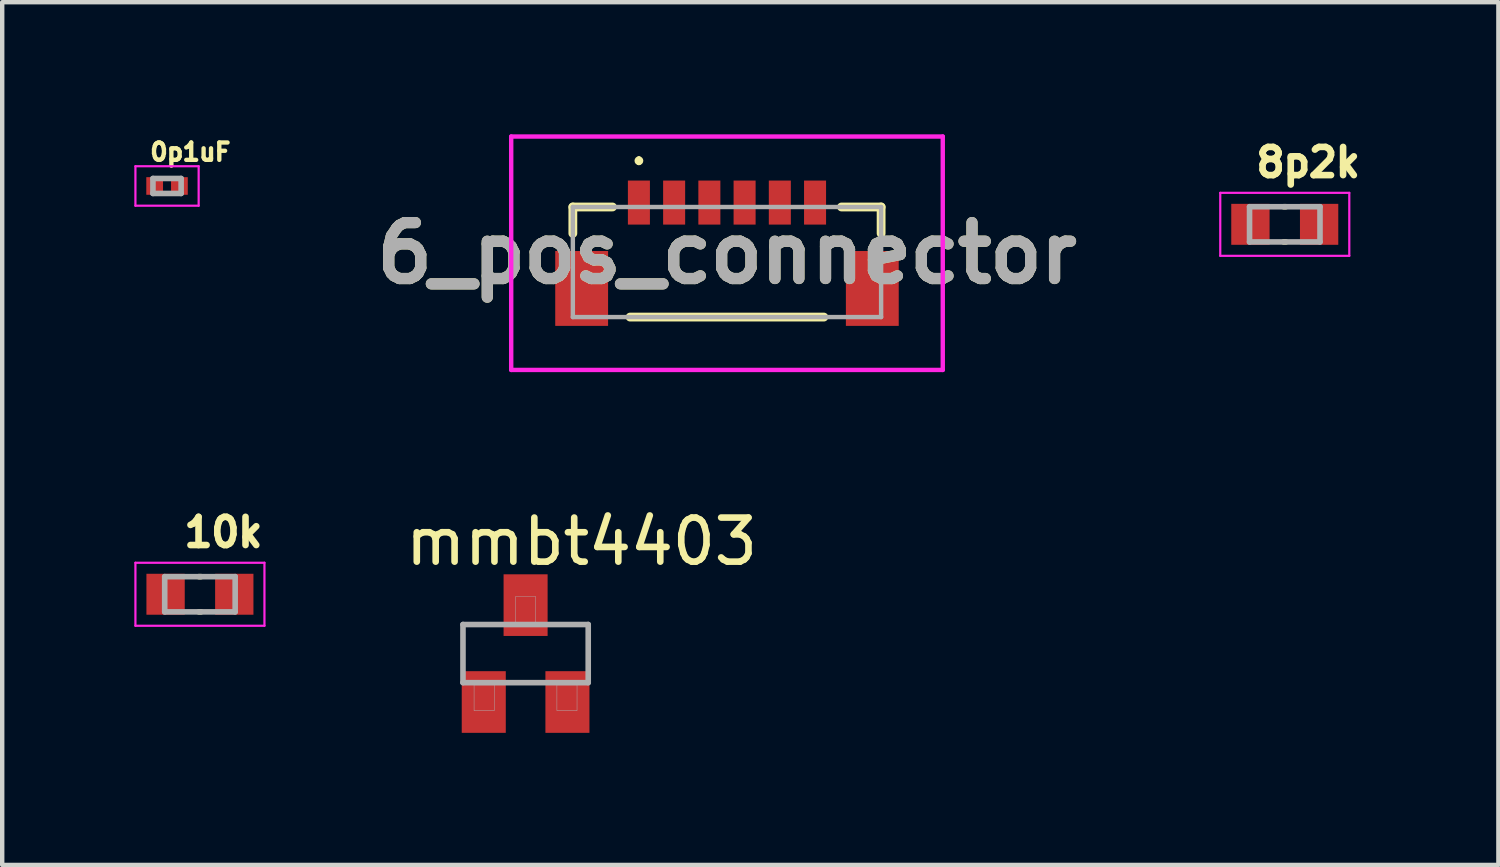
<source format=kicad_pcb>
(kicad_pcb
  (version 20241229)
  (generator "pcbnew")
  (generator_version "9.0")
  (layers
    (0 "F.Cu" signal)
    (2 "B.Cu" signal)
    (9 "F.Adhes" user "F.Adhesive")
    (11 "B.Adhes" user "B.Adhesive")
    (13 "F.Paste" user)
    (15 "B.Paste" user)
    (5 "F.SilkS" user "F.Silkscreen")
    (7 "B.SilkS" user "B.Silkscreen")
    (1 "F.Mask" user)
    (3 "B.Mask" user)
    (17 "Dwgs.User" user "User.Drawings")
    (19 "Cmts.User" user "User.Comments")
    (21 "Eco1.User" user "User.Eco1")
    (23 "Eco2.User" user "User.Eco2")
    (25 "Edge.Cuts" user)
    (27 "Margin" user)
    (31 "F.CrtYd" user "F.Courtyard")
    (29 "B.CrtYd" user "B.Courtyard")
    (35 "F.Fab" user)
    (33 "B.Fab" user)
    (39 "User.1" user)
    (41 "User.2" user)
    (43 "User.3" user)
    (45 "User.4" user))
  (footprint "8p2k"
    (layer "F.Cu")
    (at 26.124 2.044)
    (property "Reference" "8p2k" (at 0.532 -1.406 0) (layer "F.SilkS") (effects (font (size 0.64 0.64) (thickness 0.15))))
    (attr smd)
    (fp_line (start -0.025 -0.4) (end 0.025 -0.4) (stroke (width 0.127) (type solid)) (layer "F.SilkS"))
    (fp_line (start 0.025 0.4) (end -0.025 0.4) (stroke (width 0.127) (type solid)) (layer "F.SilkS"))
    (fp_line (start -1.465 -0.715) (end 1.465 -0.715) (stroke (width 0.05) (type solid)) (layer "F.CrtYd"))
    (fp_line (start -1.465 0.715) (end -1.465 -0.715) (stroke (width 0.05) (type solid)) (layer "F.CrtYd"))
    (fp_line (start 1.465 -0.715) (end 1.465 0.715) (stroke (width 0.05) (type solid)) (layer "F.CrtYd"))
    (fp_line (start 1.465 0.715) (end -1.465 0.715) (stroke (width 0.05) (type solid)) (layer "F.CrtYd"))
    (fp_line (start -0.8 -0.4) (end 0.8 -0.4) (stroke (width 0.127) (type solid)) (layer "F.Fab"))
    (fp_line (start -0.8 0.4) (end -0.8 -0.4) (stroke (width 0.127) (type solid)) (layer "F.Fab"))
    (fp_line (start 0.8 -0.4) (end 0.8 0.4) (stroke (width 0.127) (type solid)) (layer "F.Fab"))
    (fp_line (start 0.8 0.4) (end -0.8 0.4) (stroke (width 0.127) (type solid)) (layer "F.Fab"))
    (pad "1" smd rect (at -0.78 0) (size 0.87 0.93) (layers "F.Cu" "F.Mask" "F.Paste"))
    (pad "2" smd rect (at 0.78 0) (size 0.87 0.93) (layers "F.Cu" "F.Mask" "F.Paste")))
  (footprint "6_pos_connector"
    (layer "F.Cu")
    (at 13.458 2.85)
    (property "Reference" "6_pos_connector" (at 0 -0.15 0) (layer "F.SilkS") (effects (font (size 1.27 1.27) (thickness 0.254))))
    (attr smd)
    (fp_line (start -3.5 -1.2) (end -2.6 -1.2) (stroke (width 0.2) (type solid)) (layer "F.SilkS"))
    (fp_line (start -3.5 -0.6) (end -3.5 -1.2) (stroke (width 0.2) (type solid)) (layer "F.SilkS"))
    (fp_line (start -2 -2.3) (end -2 -2.3) (stroke (width 0.1) (type solid)) (layer "F.SilkS"))
    (fp_line (start -2 -2.2) (end -2 -2.2) (stroke (width 0.1) (type solid)) (layer "F.SilkS"))
    (fp_line (start 2.2 1.3) (end -2.2 1.3) (stroke (width 0.2) (type solid)) (layer "F.SilkS"))
    (fp_line (start 2.6 -1.2) (end 3.5 -1.2) (stroke (width 0.2) (type solid)) (layer "F.SilkS"))
    (fp_line (start 3.5 -1.2) (end 3.5 -0.6) (stroke (width 0.2) (type solid)) (layer "F.SilkS"))
    (fp_arc (start -2 -2.3) (mid -1.95 -2.25) (end -2 -2.2) (stroke (width 0.1) (type solid)) (layer "F.SilkS"))
    (fp_arc (start -2 -2.2) (mid -2.05 -2.25) (end -2 -2.3) (stroke (width 0.1) (type solid)) (layer "F.SilkS"))
    (fp_line (start -4.9 -2.8) (end 4.9 -2.8) (stroke (width 0.1) (type solid)) (layer "F.CrtYd"))
    (fp_line (start -4.9 2.5) (end -4.9 -2.8) (stroke (width 0.1) (type solid)) (layer "F.CrtYd"))
    (fp_line (start 4.9 -2.8) (end 4.9 2.5) (stroke (width 0.1) (type solid)) (layer "F.CrtYd"))
    (fp_line (start 4.9 2.5) (end -4.9 2.5) (stroke (width 0.1) (type solid)) (layer "F.CrtYd"))
    (fp_line (start -3.5 -1.2) (end 3.5 -1.2) (stroke (width 0.1) (type solid)) (layer "F.Fab"))
    (fp_line (start -3.5 1.3) (end -3.5 -1.2) (stroke (width 0.1) (type solid)) (layer "F.Fab"))
    (fp_line (start 3.5 -1.2) (end 3.5 1.3) (stroke (width 0.1) (type solid)) (layer "F.Fab"))
    (fp_line (start 3.5 1.3) (end -3.5 1.3) (stroke (width 0.1) (type solid)) (layer "F.Fab"))
    (fp_text user "${REFERENCE}" (at 0 -0.15 0) (layer "F.Fab") (effects (font (size 1.27 1.27) (thickness 0.254))))
    (pad "1" smd rect (at -2 -1.3) (size 0.5 1) (layers "F.Cu" "F.Mask" "F.Paste"))
    (pad "2" smd rect (at -1.2 -1.3) (size 0.5 1) (layers "F.Cu" "F.Mask" "F.Paste"))
    (pad "3" smd rect (at -0.4 -1.3) (size 0.5 1) (layers "F.Cu" "F.Mask" "F.Paste"))
    (pad "4" smd rect (at 0.4 -1.3) (size 0.5 1) (layers "F.Cu" "F.Mask" "F.Paste"))
    (pad "5" smd rect (at 1.2 -1.3) (size 0.5 1) (layers "F.Cu" "F.Mask" "F.Paste"))
    (pad "6" smd rect (at 2 -1.3) (size 0.5 1) (layers "F.Cu" "F.Mask" "F.Paste"))
    (pad "7" smd rect (at -3.3 0.65) (size 1.2 1.7) (layers "F.Cu" "F.Mask" "F.Paste"))
    (pad "8" smd rect (at 3.3 0.65) (size 1.2 1.7) (layers "F.Cu" "F.Mask" "F.Paste")))
  (footprint "10k"
    (layer "F.Cu")
    (at 1.49 10.444)
    (property "Reference" "10k" (at 0.532 -1.406 0) (layer "F.SilkS") (effects (font (size 0.64 0.64) (thickness 0.15))))
    (attr smd)
    (fp_line (start -0.025 -0.4) (end 0.025 -0.4) (stroke (width 0.127) (type solid)) (layer "F.SilkS"))
    (fp_line (start 0.025 0.4) (end -0.025 0.4) (stroke (width 0.127) (type solid)) (layer "F.SilkS"))
    (fp_line (start -1.465 -0.715) (end 1.465 -0.715) (stroke (width 0.05) (type solid)) (layer "F.CrtYd"))
    (fp_line (start -1.465 0.715) (end -1.465 -0.715) (stroke (width 0.05) (type solid)) (layer "F.CrtYd"))
    (fp_line (start 1.465 -0.715) (end 1.465 0.715) (stroke (width 0.05) (type solid)) (layer "F.CrtYd"))
    (fp_line (start 1.465 0.715) (end -1.465 0.715) (stroke (width 0.05) (type solid)) (layer "F.CrtYd"))
    (fp_line (start -0.8 -0.4) (end 0.8 -0.4) (stroke (width 0.127) (type solid)) (layer "F.Fab"))
    (fp_line (start -0.8 0.4) (end -0.8 -0.4) (stroke (width 0.127) (type solid)) (layer "F.Fab"))
    (fp_line (start 0.8 -0.4) (end 0.8 0.4) (stroke (width 0.127) (type solid)) (layer "F.Fab"))
    (fp_line (start 0.8 0.4) (end -0.8 0.4) (stroke (width 0.127) (type solid)) (layer "F.Fab"))
    (pad "1" smd rect (at -0.78 0) (size 0.87 0.93) (layers "F.Cu" "F.Mask" "F.Paste"))
    (pad "2" smd rect (at 0.78 0) (size 0.87 0.93) (layers "F.Cu" "F.Mask" "F.Paste")))
  (footprint "0p1uF"
    (layer "F.Cu")
    (at 0.743 1.173)
    (property "Reference" "0p1uF" (at 0.53 -0.77 0) (layer "F.SilkS") (effects (font (size 0.394 0.394) (thickness 0.15))))
    (attr smd)
    (fp_line (start -0.718 -0.448) (end 0.718 -0.448) (stroke (width 0.05) (type solid)) (layer "F.CrtYd"))
    (fp_line (start -0.718 0.448) (end -0.718 -0.448) (stroke (width 0.05) (type solid)) (layer "F.CrtYd"))
    (fp_line (start -0.718 0.448) (end 0.718 0.448) (stroke (width 0.05) (type solid)) (layer "F.CrtYd"))
    (fp_line (start 0.718 0.448) (end 0.718 -0.448) (stroke (width 0.05) (type solid)) (layer "F.CrtYd"))
    (fp_line (start -0.32 0.17) (end -0.32 -0.17) (stroke (width 0.127) (type solid)) (layer "F.Fab"))
    (fp_line (start 0.32 -0.17) (end -0.32 -0.17) (stroke (width 0.127) (type solid)) (layer "F.Fab"))
    (fp_line (start 0.32 0.17) (end -0.32 0.17) (stroke (width 0.127) (type solid)) (layer "F.Fab"))
    (fp_line (start 0.32 0.17) (end 0.32 -0.17) (stroke (width 0.127) (type solid)) (layer "F.Fab"))
    (pad "1" smd rect (at -0.281 0) (size 0.38 0.4) (layers "F.Cu" "F.Mask" "F.Paste"))
    (pad "2" smd rect (at 0.281 0) (size 0.38 0.4) (layers "F.Cu" "F.Mask" "F.Paste")))
  (footprint "mmbt4403"
    (layer "F.Cu")
    (at 8.885 11.791)
    (property "Reference" "mmbt4403" (at 1.271 -2.543 0) (layer "F.SilkS") (effects (font (size 1.001 1.001) (thickness 0.15))))
    (attr smd)
    (fp_line (start -1.422 -0.66) (end 1.422 -0.66) (stroke (width 0.127) (type solid)) (layer "F.Fab"))
    (fp_line (start -1.422 0.66) (end -1.422 -0.66) (stroke (width 0.127) (type solid)) (layer "F.Fab"))
    (fp_line (start 1.422 -0.66) (end 1.422 0.66) (stroke (width 0.127) (type solid)) (layer "F.Fab"))
    (fp_line (start 1.422 0.66) (end -1.422 0.66) (stroke (width 0.127) (type solid)) (layer "F.Fab"))
    (fp_poly (pts (xy -1.17 0.711) (xy -0.711 0.711) (xy -0.711 1.297) (xy -1.17 1.297)) (stroke (width 0.01) (type solid)) (fill no) (layer "F.Fab"))
    (fp_poly (pts (xy -0.229 -1.295) (xy 0.229 -1.295) (xy 0.229 -0.711) (xy -0.229 -0.711)) (stroke (width 0.01) (type solid)) (fill no) (layer "F.Fab"))
    (fp_poly (pts (xy 0.711 0.711) (xy 1.168 0.711) (xy 1.168 1.296) (xy 0.711 1.296)) (stroke (width 0.01) (type solid)) (fill no) (layer "F.Fab"))
    (pad "B" smd rect (at -0.95 1.1) (size 1 1.4) (layers "F.Cu" "F.Mask" "F.Paste"))
    (pad "C" smd rect (at 0 -1.1) (size 1 1.4) (layers "F.Cu" "F.Mask" "F.Paste"))
    (pad "E" smd rect (at 0.95 1.1) (size 1 1.4) (layers "F.Cu" "F.Mask" "F.Paste")))
  (gr_rect
    (start -3 -3)
    (end 30.975 16.591)
    (stroke (width 0.1) (type default))
    (fill no)
    (layer "Edge.Cuts")))
</source>
